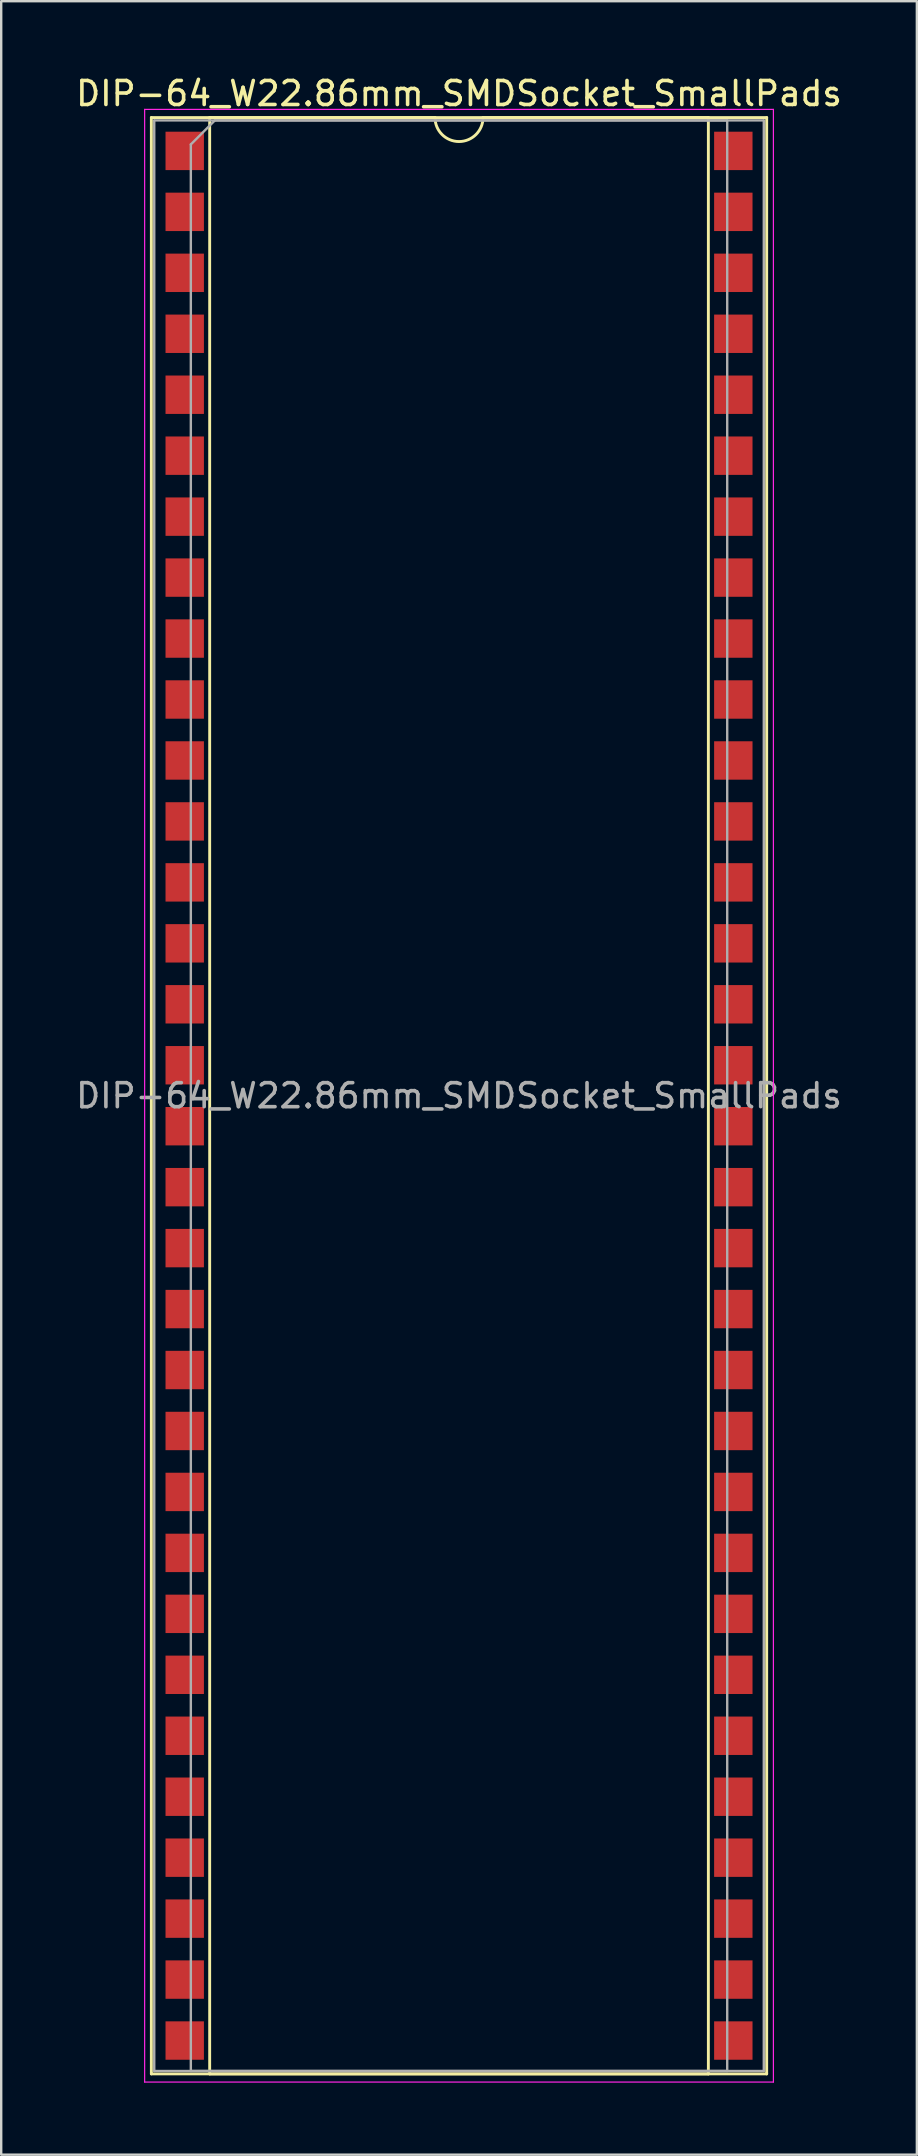
<source format=kicad_pcb>
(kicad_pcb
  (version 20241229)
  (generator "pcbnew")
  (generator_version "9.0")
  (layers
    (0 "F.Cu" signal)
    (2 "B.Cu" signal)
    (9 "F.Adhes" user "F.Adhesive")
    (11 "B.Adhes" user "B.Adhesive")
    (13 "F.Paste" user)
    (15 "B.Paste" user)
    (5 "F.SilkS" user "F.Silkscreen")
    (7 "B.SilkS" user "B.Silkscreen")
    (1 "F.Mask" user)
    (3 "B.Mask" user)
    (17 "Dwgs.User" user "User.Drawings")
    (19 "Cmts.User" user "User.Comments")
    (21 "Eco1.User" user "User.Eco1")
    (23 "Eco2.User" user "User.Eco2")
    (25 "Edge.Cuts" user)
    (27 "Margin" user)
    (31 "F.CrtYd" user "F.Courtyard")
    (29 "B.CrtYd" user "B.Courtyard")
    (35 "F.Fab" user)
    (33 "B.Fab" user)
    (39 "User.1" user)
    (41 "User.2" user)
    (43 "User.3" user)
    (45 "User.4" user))
  (footprint "DIP-64_W22.86mm_SMDSocket_SmallPads"
    (layer "F.Cu")
    (at 16.077 42.608)
    (property "Reference" "DIP-64_W22.86mm_SMDSocket_SmallPads" (at 0 -41.76 0) (layer "F.SilkS") (effects (font (size 1 1) (thickness 0.15))))
    (attr smd)
    (fp_line (start -12.82 -40.76) (end -12.82 40.76) (stroke (width 0.12) (type solid)) (layer "F.SilkS"))
    (fp_line (start -12.82 40.76) (end 12.82 40.76) (stroke (width 0.12) (type solid)) (layer "F.SilkS"))
    (fp_line (start -10.39 -40.76) (end -10.39 40.76) (stroke (width 0.12) (type solid)) (layer "F.SilkS"))
    (fp_line (start -10.39 40.76) (end 10.39 40.76) (stroke (width 0.12) (type solid)) (layer "F.SilkS"))
    (fp_line (start -1 -40.76) (end -10.39 -40.76) (stroke (width 0.12) (type solid)) (layer "F.SilkS"))
    (fp_line (start 10.39 -40.76) (end 1 -40.76) (stroke (width 0.12) (type solid)) (layer "F.SilkS"))
    (fp_line (start 10.39 40.76) (end 10.39 -40.76) (stroke (width 0.12) (type solid)) (layer "F.SilkS"))
    (fp_line (start 12.82 -40.76) (end -12.82 -40.76) (stroke (width 0.12) (type solid)) (layer "F.SilkS"))
    (fp_line (start 12.82 40.76) (end 12.82 -40.76) (stroke (width 0.12) (type solid)) (layer "F.SilkS"))
    (fp_arc (start 1 -40.76) (mid 0 -39.76) (end -1 -40.76) (stroke (width 0.12) (type solid)) (layer "F.SilkS"))
    (fp_line (start -13.1 -41.1) (end -13.1 41.1) (stroke (width 0.05) (type solid)) (layer "F.CrtYd"))
    (fp_line (start -13.1 41.1) (end 13.1 41.1) (stroke (width 0.05) (type solid)) (layer "F.CrtYd"))
    (fp_line (start 13.1 -41.1) (end -13.1 -41.1) (stroke (width 0.05) (type solid)) (layer "F.CrtYd"))
    (fp_line (start 13.1 41.1) (end 13.1 -41.1) (stroke (width 0.05) (type solid)) (layer "F.CrtYd"))
    (fp_line (start -12.7 -40.64) (end -12.7 40.64) (stroke (width 0.1) (type solid)) (layer "F.Fab"))
    (fp_line (start -12.7 40.64) (end 12.7 40.64) (stroke (width 0.1) (type solid)) (layer "F.Fab"))
    (fp_line (start -11.175 -39.64) (end -10.175 -40.64) (stroke (width 0.1) (type solid)) (layer "F.Fab"))
    (fp_line (start -11.175 40.64) (end -11.175 -39.64) (stroke (width 0.1) (type solid)) (layer "F.Fab"))
    (fp_line (start -10.175 -40.64) (end 11.175 -40.64) (stroke (width 0.1) (type solid)) (layer "F.Fab"))
    (fp_line (start 11.175 -40.64) (end 11.175 40.64) (stroke (width 0.1) (type solid)) (layer "F.Fab"))
    (fp_line (start 11.175 40.64) (end -11.175 40.64) (stroke (width 0.1) (type solid)) (layer "F.Fab"))
    (fp_line (start 12.7 -40.64) (end -12.7 -40.64) (stroke (width 0.1) (type solid)) (layer "F.Fab"))
    (fp_line (start 12.7 40.64) (end 12.7 -40.64) (stroke (width 0.1) (type solid)) (layer "F.Fab"))
    (fp_text user "${REFERENCE}" (at 0 0 0) (layer "F.Fab") (effects (font (size 1 1) (thickness 0.15))))
    (pad "1" smd rect (at -11.43 -39.37) (size 1.6 1.6) (layers "F.Cu" "F.Mask" "F.Paste"))
    (pad "2" smd rect (at -11.43 -36.83) (size 1.6 1.6) (layers "F.Cu" "F.Mask" "F.Paste"))
    (pad "3" smd rect (at -11.43 -34.29) (size 1.6 1.6) (layers "F.Cu" "F.Mask" "F.Paste"))
    (pad "4" smd rect (at -11.43 -31.75) (size 1.6 1.6) (layers "F.Cu" "F.Mask" "F.Paste"))
    (pad "5" smd rect (at -11.43 -29.21) (size 1.6 1.6) (layers "F.Cu" "F.Mask" "F.Paste"))
    (pad "6" smd rect (at -11.43 -26.67) (size 1.6 1.6) (layers "F.Cu" "F.Mask" "F.Paste"))
    (pad "7" smd rect (at -11.43 -24.13) (size 1.6 1.6) (layers "F.Cu" "F.Mask" "F.Paste"))
    (pad "8" smd rect (at -11.43 -21.59) (size 1.6 1.6) (layers "F.Cu" "F.Mask" "F.Paste"))
    (pad "9" smd rect (at -11.43 -19.05) (size 1.6 1.6) (layers "F.Cu" "F.Mask" "F.Paste"))
    (pad "10" smd rect (at -11.43 -16.51) (size 1.6 1.6) (layers "F.Cu" "F.Mask" "F.Paste"))
    (pad "11" smd rect (at -11.43 -13.97) (size 1.6 1.6) (layers "F.Cu" "F.Mask" "F.Paste"))
    (pad "12" smd rect (at -11.43 -11.43) (size 1.6 1.6) (layers "F.Cu" "F.Mask" "F.Paste"))
    (pad "13" smd rect (at -11.43 -8.89) (size 1.6 1.6) (layers "F.Cu" "F.Mask" "F.Paste"))
    (pad "14" smd rect (at -11.43 -6.35) (size 1.6 1.6) (layers "F.Cu" "F.Mask" "F.Paste"))
    (pad "15" smd rect (at -11.43 -3.81) (size 1.6 1.6) (layers "F.Cu" "F.Mask" "F.Paste"))
    (pad "16" smd rect (at -11.43 -1.27) (size 1.6 1.6) (layers "F.Cu" "F.Mask" "F.Paste"))
    (pad "17" smd rect (at -11.43 1.27) (size 1.6 1.6) (layers "F.Cu" "F.Mask" "F.Paste"))
    (pad "18" smd rect (at -11.43 3.81) (size 1.6 1.6) (layers "F.Cu" "F.Mask" "F.Paste"))
    (pad "19" smd rect (at -11.43 6.35) (size 1.6 1.6) (layers "F.Cu" "F.Mask" "F.Paste"))
    (pad "20" smd rect (at -11.43 8.89) (size 1.6 1.6) (layers "F.Cu" "F.Mask" "F.Paste"))
    (pad "21" smd rect (at -11.43 11.43) (size 1.6 1.6) (layers "F.Cu" "F.Mask" "F.Paste"))
    (pad "22" smd rect (at -11.43 13.97) (size 1.6 1.6) (layers "F.Cu" "F.Mask" "F.Paste"))
    (pad "23" smd rect (at -11.43 16.51) (size 1.6 1.6) (layers "F.Cu" "F.Mask" "F.Paste"))
    (pad "24" smd rect (at -11.43 19.05) (size 1.6 1.6) (layers "F.Cu" "F.Mask" "F.Paste"))
    (pad "25" smd rect (at -11.43 21.59) (size 1.6 1.6) (layers "F.Cu" "F.Mask" "F.Paste"))
    (pad "26" smd rect (at -11.43 24.13) (size 1.6 1.6) (layers "F.Cu" "F.Mask" "F.Paste"))
    (pad "27" smd rect (at -11.43 26.67) (size 1.6 1.6) (layers "F.Cu" "F.Mask" "F.Paste"))
    (pad "28" smd rect (at -11.43 29.21) (size 1.6 1.6) (layers "F.Cu" "F.Mask" "F.Paste"))
    (pad "29" smd rect (at -11.43 31.75) (size 1.6 1.6) (layers "F.Cu" "F.Mask" "F.Paste"))
    (pad "30" smd rect (at -11.43 34.29) (size 1.6 1.6) (layers "F.Cu" "F.Mask" "F.Paste"))
    (pad "31" smd rect (at -11.43 36.83) (size 1.6 1.6) (layers "F.Cu" "F.Mask" "F.Paste"))
    (pad "32" smd rect (at -11.43 39.37) (size 1.6 1.6) (layers "F.Cu" "F.Mask" "F.Paste"))
    (pad "33" smd rect (at 11.43 39.37) (size 1.6 1.6) (layers "F.Cu" "F.Mask" "F.Paste"))
    (pad "34" smd rect (at 11.43 36.83) (size 1.6 1.6) (layers "F.Cu" "F.Mask" "F.Paste"))
    (pad "35" smd rect (at 11.43 34.29) (size 1.6 1.6) (layers "F.Cu" "F.Mask" "F.Paste"))
    (pad "36" smd rect (at 11.43 31.75) (size 1.6 1.6) (layers "F.Cu" "F.Mask" "F.Paste"))
    (pad "37" smd rect (at 11.43 29.21) (size 1.6 1.6) (layers "F.Cu" "F.Mask" "F.Paste"))
    (pad "38" smd rect (at 11.43 26.67) (size 1.6 1.6) (layers "F.Cu" "F.Mask" "F.Paste"))
    (pad "39" smd rect (at 11.43 24.13) (size 1.6 1.6) (layers "F.Cu" "F.Mask" "F.Paste"))
    (pad "40" smd rect (at 11.43 21.59) (size 1.6 1.6) (layers "F.Cu" "F.Mask" "F.Paste"))
    (pad "41" smd rect (at 11.43 19.05) (size 1.6 1.6) (layers "F.Cu" "F.Mask" "F.Paste"))
    (pad "42" smd rect (at 11.43 16.51) (size 1.6 1.6) (layers "F.Cu" "F.Mask" "F.Paste"))
    (pad "43" smd rect (at 11.43 13.97) (size 1.6 1.6) (layers "F.Cu" "F.Mask" "F.Paste"))
    (pad "44" smd rect (at 11.43 11.43) (size 1.6 1.6) (layers "F.Cu" "F.Mask" "F.Paste"))
    (pad "45" smd rect (at 11.43 8.89) (size 1.6 1.6) (layers "F.Cu" "F.Mask" "F.Paste"))
    (pad "46" smd rect (at 11.43 6.35) (size 1.6 1.6) (layers "F.Cu" "F.Mask" "F.Paste"))
    (pad "47" smd rect (at 11.43 3.81) (size 1.6 1.6) (layers "F.Cu" "F.Mask" "F.Paste"))
    (pad "48" smd rect (at 11.43 1.27) (size 1.6 1.6) (layers "F.Cu" "F.Mask" "F.Paste"))
    (pad "49" smd rect (at 11.43 -1.27) (size 1.6 1.6) (layers "F.Cu" "F.Mask" "F.Paste"))
    (pad "50" smd rect (at 11.43 -3.81) (size 1.6 1.6) (layers "F.Cu" "F.Mask" "F.Paste"))
    (pad "51" smd rect (at 11.43 -6.35) (size 1.6 1.6) (layers "F.Cu" "F.Mask" "F.Paste"))
    (pad "52" smd rect (at 11.43 -8.89) (size 1.6 1.6) (layers "F.Cu" "F.Mask" "F.Paste"))
    (pad "53" smd rect (at 11.43 -11.43) (size 1.6 1.6) (layers "F.Cu" "F.Mask" "F.Paste"))
    (pad "54" smd rect (at 11.43 -13.97) (size 1.6 1.6) (layers "F.Cu" "F.Mask" "F.Paste"))
    (pad "55" smd rect (at 11.43 -16.51) (size 1.6 1.6) (layers "F.Cu" "F.Mask" "F.Paste"))
    (pad "56" smd rect (at 11.43 -19.05) (size 1.6 1.6) (layers "F.Cu" "F.Mask" "F.Paste"))
    (pad "57" smd rect (at 11.43 -21.59) (size 1.6 1.6) (layers "F.Cu" "F.Mask" "F.Paste"))
    (pad "58" smd rect (at 11.43 -24.13) (size 1.6 1.6) (layers "F.Cu" "F.Mask" "F.Paste"))
    (pad "59" smd rect (at 11.43 -26.67) (size 1.6 1.6) (layers "F.Cu" "F.Mask" "F.Paste"))
    (pad "60" smd rect (at 11.43 -29.21) (size 1.6 1.6) (layers "F.Cu" "F.Mask" "F.Paste"))
    (pad "61" smd rect (at 11.43 -31.75) (size 1.6 1.6) (layers "F.Cu" "F.Mask" "F.Paste"))
    (pad "62" smd rect (at 11.43 -34.29) (size 1.6 1.6) (layers "F.Cu" "F.Mask" "F.Paste"))
    (pad "63" smd rect (at 11.43 -36.83) (size 1.6 1.6) (layers "F.Cu" "F.Mask" "F.Paste"))
    (pad "64" smd rect (at 11.43 -39.37) (size 1.6 1.6) (layers "F.Cu" "F.Mask" "F.Paste")))
  (gr_rect
    (start -3 -3)
    (end 35.155 86.733)
    (stroke (width 0.1) (type default))
    (fill no)
    (layer "Edge.Cuts")))
</source>
